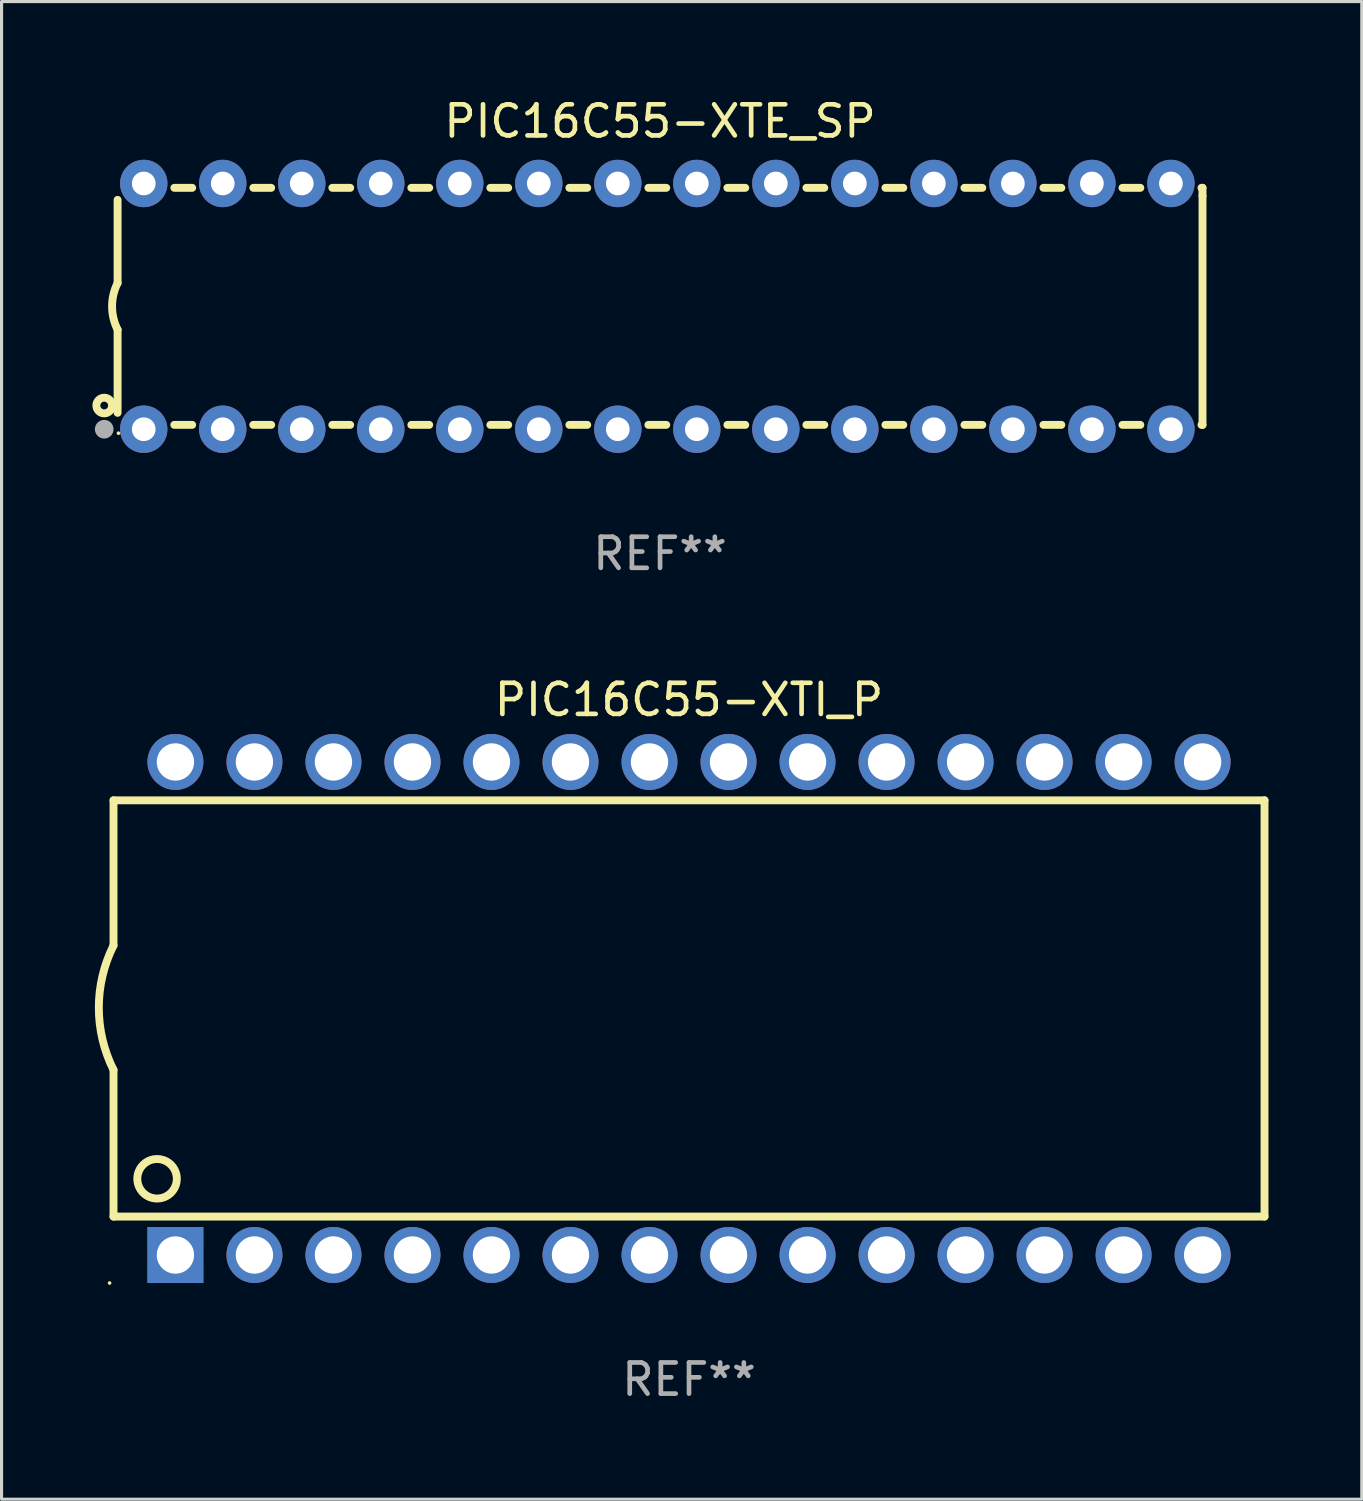
<source format=kicad_pcb>
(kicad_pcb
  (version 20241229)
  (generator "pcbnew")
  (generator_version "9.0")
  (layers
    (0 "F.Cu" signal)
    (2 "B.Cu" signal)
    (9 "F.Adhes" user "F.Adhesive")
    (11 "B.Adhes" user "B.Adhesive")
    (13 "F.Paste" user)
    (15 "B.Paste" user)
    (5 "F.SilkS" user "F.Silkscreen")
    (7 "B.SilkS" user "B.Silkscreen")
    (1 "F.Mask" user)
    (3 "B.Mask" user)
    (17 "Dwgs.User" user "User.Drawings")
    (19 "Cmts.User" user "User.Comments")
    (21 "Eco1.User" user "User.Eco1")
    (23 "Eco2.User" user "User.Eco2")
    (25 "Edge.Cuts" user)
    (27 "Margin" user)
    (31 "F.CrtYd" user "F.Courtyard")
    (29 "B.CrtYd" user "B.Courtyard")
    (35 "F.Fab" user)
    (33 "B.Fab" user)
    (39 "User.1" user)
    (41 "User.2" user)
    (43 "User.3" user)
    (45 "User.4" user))
  (footprint "PIC16C55-XTI_P"
    (layer "F.Cu")
    (at 19.099 29.369)
    (property "Reference" "PIC16C55-XTI_P" (at 0 -9.925 0) (layer "F.SilkS") (effects (font (size 1 1) (thickness 0.15))))
    (attr through_hole)
    (fp_line (start -18.5 -6.692) (end -18.5 -2.026) (stroke (width 0.254) (type solid)) (layer "F.SilkS"))
    (fp_line (start -18.5 6.689) (end -18.5 1.974) (stroke (width 0.254) (type solid)) (layer "F.SilkS"))
    (fp_line (start -18.5 6.689) (end 18.5 6.689) (stroke (width 0.254) (type solid)) (layer "F.SilkS"))
    (fp_line (start 18.5 -6.692) (end -18.5 -6.692) (stroke (width 0.254) (type solid)) (layer "F.SilkS"))
    (fp_line (start 18.5 6.689) (end 18.5 -6.692) (stroke (width 0.254) (type solid)) (layer "F.SilkS"))
    (fp_arc (start -18.500051 1.974346) (mid -18.972187 -0.025654) (end -18.500051 -2.025654) (stroke (width 0.254001) (type solid)) (layer "F.SilkS"))
    (fp_circle (center -18.627 8.824) (end -18.597 8.824) (stroke (width 0.06) (type solid)) (fill no) (layer "F.SilkS"))
    (fp_circle (center -17.1 5.474) (end -16.465 5.474) (stroke (width 0.254) (type solid)) (fill no) (layer "F.SilkS"))
    (fp_text user "REF**" (at 0 11.925 0) (layer "F.Fab") (effects (font (size 1 1) (thickness 0.15))))
    (pad "1" thru_hole rect (at -16.51 7.925) (size 1.8 1.8) (drill 1.2) (layers "*.Cu" "*.Mask"))
    (pad "2" thru_hole circle (at -13.97 7.924) (size 1.8 1.8) (drill 1.2) (layers "*.Cu" "*.Mask"))
    (pad "3" thru_hole circle (at -11.43 7.924) (size 1.8 1.8) (drill 1.2) (layers "*.Cu" "*.Mask"))
    (pad "4" thru_hole circle (at -8.89 7.924) (size 1.8 1.8) (drill 1.2) (layers "*.Cu" "*.Mask"))
    (pad "5" thru_hole circle (at -6.35 7.924) (size 1.8 1.8) (drill 1.2) (layers "*.Cu" "*.Mask"))
    (pad "6" thru_hole circle (at -3.81 7.924) (size 1.8 1.8) (drill 1.2) (layers "*.Cu" "*.Mask"))
    (pad "7" thru_hole circle (at -1.27 7.924) (size 1.8 1.8) (drill 1.2) (layers "*.Cu" "*.Mask"))
    (pad "8" thru_hole circle (at 1.27 7.924) (size 1.8 1.8) (drill 1.2) (layers "*.Cu" "*.Mask"))
    (pad "9" thru_hole circle (at 3.81 7.924) (size 1.8 1.8) (drill 1.2) (layers "*.Cu" "*.Mask"))
    (pad "10" thru_hole circle (at 6.35 7.924) (size 1.8 1.8) (drill 1.2) (layers "*.Cu" "*.Mask"))
    (pad "11" thru_hole circle (at 8.89 7.924) (size 1.8 1.8) (drill 1.2) (layers "*.Cu" "*.Mask"))
    (pad "12" thru_hole circle (at 11.43 7.924) (size 1.8 1.8) (drill 1.2) (layers "*.Cu" "*.Mask"))
    (pad "13" thru_hole circle (at 13.97 7.924) (size 1.8 1.8) (drill 1.2) (layers "*.Cu" "*.Mask"))
    (pad "14" thru_hole circle (at 16.51 7.924) (size 1.8 1.8) (drill 1.2) (layers "*.Cu" "*.Mask"))
    (pad "15" thru_hole circle (at 16.51 -7.925) (size 1.8 1.8) (drill 1.2) (layers "*.Cu" "*.Mask"))
    (pad "16" thru_hole circle (at 13.97 -7.925) (size 1.8 1.8) (drill 1.2) (layers "*.Cu" "*.Mask"))
    (pad "17" thru_hole circle (at 11.43 -7.925) (size 1.8 1.8) (drill 1.2) (layers "*.Cu" "*.Mask"))
    (pad "18" thru_hole circle (at 8.89 -7.925) (size 1.8 1.8) (drill 1.2) (layers "*.Cu" "*.Mask"))
    (pad "19" thru_hole circle (at 6.35 -7.925) (size 1.8 1.8) (drill 1.2) (layers "*.Cu" "*.Mask"))
    (pad "20" thru_hole circle (at 3.81 -7.925) (size 1.8 1.8) (drill 1.2) (layers "*.Cu" "*.Mask"))
    (pad "21" thru_hole circle (at 1.27 -7.925) (size 1.8 1.8) (drill 1.2) (layers "*.Cu" "*.Mask"))
    (pad "22" thru_hole circle (at -1.27 -7.925) (size 1.8 1.8) (drill 1.2) (layers "*.Cu" "*.Mask"))
    (pad "23" thru_hole circle (at -3.81 -7.925) (size 1.8 1.8) (drill 1.2) (layers "*.Cu" "*.Mask"))
    (pad "24" thru_hole circle (at -6.35 -7.925) (size 1.8 1.8) (drill 1.2) (layers "*.Cu" "*.Mask"))
    (pad "25" thru_hole circle (at -8.89 -7.925) (size 1.8 1.8) (drill 1.2) (layers "*.Cu" "*.Mask"))
    (pad "26" thru_hole circle (at -11.43 -7.925) (size 1.8 1.8) (drill 1.2) (layers "*.Cu" "*.Mask"))
    (pad "27" thru_hole circle (at -13.97 -7.925) (size 1.8 1.8) (drill 1.2) (layers "*.Cu" "*.Mask"))
    (pad "28" thru_hole circle (at -16.51 -7.925) (size 1.8 1.8) (drill 1.2) (layers "*.Cu" "*.Mask")))
  (footprint "PIC16C55-XTE_SP"
    (layer "F.Cu")
    (at 18.168 6.798)
    (property "Reference" "PIC16C55-XTE_SP" (at 0 -5.95 0) (layer "F.SilkS") (effects (font (size 1 1) (thickness 0.15))))
    (attr through_hole)
    (fp_line (start -17.438 0.75) (end -17.438 3.423) (stroke (width 0.254) (type solid)) (layer "F.SilkS"))
    (fp_line (start -17.438 -3.423) (end -17.438 -0.75) (stroke (width 0.254) (type solid)) (layer "F.SilkS"))
    (fp_line (start -15.615 3.81) (end -15.041 3.81) (stroke (width 0.254) (type solid)) (layer "F.SilkS"))
    (fp_line (start -15.041 -3.81) (end -15.614 -3.81) (stroke (width 0.254) (type solid)) (layer "F.SilkS"))
    (fp_line (start -13.075 3.81) (end -12.501 3.81) (stroke (width 0.254) (type solid)) (layer "F.SilkS"))
    (fp_line (start -12.501 -3.81) (end -13.074 -3.81) (stroke (width 0.254) (type solid)) (layer "F.SilkS"))
    (fp_line (start -10.535 3.81) (end -9.961 3.81) (stroke (width 0.254) (type solid)) (layer "F.SilkS"))
    (fp_line (start -9.961 -3.81) (end -10.534 -3.81) (stroke (width 0.254) (type solid)) (layer "F.SilkS"))
    (fp_line (start -7.995 3.81) (end -7.421 3.81) (stroke (width 0.254) (type solid)) (layer "F.SilkS"))
    (fp_line (start -7.421 -3.81) (end -7.995 -3.81) (stroke (width 0.254) (type solid)) (layer "F.SilkS"))
    (fp_line (start -5.455 3.81) (end -4.881 3.81) (stroke (width 0.254) (type solid)) (layer "F.SilkS"))
    (fp_line (start -4.881 -3.81) (end -5.455 -3.81) (stroke (width 0.254) (type solid)) (layer "F.SilkS"))
    (fp_line (start -2.915 3.81) (end -2.341 3.81) (stroke (width 0.254) (type solid)) (layer "F.SilkS"))
    (fp_line (start -2.341 -3.81) (end -2.915 -3.81) (stroke (width 0.254) (type solid)) (layer "F.SilkS"))
    (fp_line (start -0.375 3.81) (end 0.199 3.81) (stroke (width 0.254) (type solid)) (layer "F.SilkS"))
    (fp_line (start 0.199 -3.81) (end -0.375 -3.81) (stroke (width 0.254) (type solid)) (layer "F.SilkS"))
    (fp_line (start 2.165 3.81) (end 2.739 3.81) (stroke (width 0.254) (type solid)) (layer "F.SilkS"))
    (fp_line (start 2.739 -3.81) (end 2.165 -3.81) (stroke (width 0.254) (type solid)) (layer "F.SilkS"))
    (fp_line (start 4.705 3.81) (end 5.279 3.81) (stroke (width 0.254) (type solid)) (layer "F.SilkS"))
    (fp_line (start 5.279 -3.81) (end 4.705 -3.81) (stroke (width 0.254) (type solid)) (layer "F.SilkS"))
    (fp_line (start 7.245 3.81) (end 7.819 3.81) (stroke (width 0.254) (type solid)) (layer "F.SilkS"))
    (fp_line (start 7.819 -3.81) (end 7.245 -3.81) (stroke (width 0.254) (type solid)) (layer "F.SilkS"))
    (fp_line (start 9.785 3.81) (end 10.359 3.81) (stroke (width 0.254) (type solid)) (layer "F.SilkS"))
    (fp_line (start 10.359 -3.81) (end 9.785 -3.81) (stroke (width 0.254) (type solid)) (layer "F.SilkS"))
    (fp_line (start 12.325 3.81) (end 12.899 3.81) (stroke (width 0.254) (type solid)) (layer "F.SilkS"))
    (fp_line (start 12.899 -3.81) (end 12.325 -3.81) (stroke (width 0.254) (type solid)) (layer "F.SilkS"))
    (fp_line (start 14.865 3.81) (end 15.439 3.81) (stroke (width 0.254) (type solid)) (layer "F.SilkS"))
    (fp_line (start 15.439 -3.81) (end 14.865 -3.81) (stroke (width 0.254) (type solid)) (layer "F.SilkS"))
    (fp_line (start 17.405 3.81) (end 17.438 3.81) (stroke (width 0.254) (type solid)) (layer "F.SilkS"))
    (fp_line (start 17.438 -3.81) (end 17.405 -3.81) (stroke (width 0.254) (type solid)) (layer "F.SilkS"))
    (fp_line (start 17.438 -3.556) (end 17.438 -3.81) (stroke (width 0.254) (type solid)) (layer "F.SilkS"))
    (fp_line (start 17.438 3.81) (end 17.438 -3.556) (stroke (width 0.254) (type solid)) (layer "F.SilkS"))
    (fp_arc (start -17.437986 0.749657) (mid -17.614887 -0.000024) (end -17.437783 -0.749657) (stroke (width 0.254001) (type solid)) (layer "F.SilkS"))
    (fp_circle (center -17.868 3.188) (end -17.743 3.188) (stroke (width 0.254) (type solid)) (fill no) (layer "F.SilkS"))
    (fp_circle (center -17.411 4.077) (end -17.381 4.077) (stroke (width 0.06) (type solid)) (fill no) (layer "F.SilkS"))
    (fp_circle (center -17.868 3.95) (end -17.718 3.95) (stroke (width 0.3) (type solid)) (fill no) (layer "F.Fab"))
    (fp_text user "REF**" (at 0 7.95 0) (layer "F.Fab") (effects (font (size 1 1) (thickness 0.15))))
    (pad "1" thru_hole circle (at -16.598 3.95) (size 1.524 1.524) (drill 0.762) (layers "*.Cu" "*.Mask"))
    (pad "2" thru_hole circle (at -14.058 3.95) (size 1.524 1.524) (drill 0.762) (layers "*.Cu" "*.Mask"))
    (pad "3" thru_hole circle (at -11.518 3.95) (size 1.524 1.524) (drill 0.762) (layers "*.Cu" "*.Mask"))
    (pad "4" thru_hole circle (at -8.978 3.95) (size 1.524 1.524) (drill 0.762) (layers "*.Cu" "*.Mask"))
    (pad "5" thru_hole circle (at -6.438 3.95) (size 1.524 1.524) (drill 0.762) (layers "*.Cu" "*.Mask"))
    (pad "6" thru_hole circle (at -3.898 3.95) (size 1.524 1.524) (drill 0.762) (layers "*.Cu" "*.Mask"))
    (pad "7" thru_hole circle (at -1.358 3.95) (size 1.524 1.524) (drill 0.762) (layers "*.Cu" "*.Mask"))
    (pad "8" thru_hole circle (at 1.182 3.95) (size 1.524 1.524) (drill 0.762) (layers "*.Cu" "*.Mask"))
    (pad "9" thru_hole circle (at 3.722 3.95) (size 1.524 1.524) (drill 0.762) (layers "*.Cu" "*.Mask"))
    (pad "10" thru_hole circle (at 6.262 3.95) (size 1.524 1.524) (drill 0.762) (layers "*.Cu" "*.Mask"))
    (pad "11" thru_hole circle (at 8.802 3.95) (size 1.524 1.524) (drill 0.762) (layers "*.Cu" "*.Mask"))
    (pad "12" thru_hole circle (at 11.342 3.95) (size 1.524 1.524) (drill 0.762) (layers "*.Cu" "*.Mask"))
    (pad "13" thru_hole circle (at 13.882 3.95) (size 1.524 1.524) (drill 0.762) (layers "*.Cu" "*.Mask"))
    (pad "14" thru_hole circle (at 16.422 3.95) (size 1.524 1.524) (drill 0.762) (layers "*.Cu" "*.Mask"))
    (pad "15" thru_hole circle (at 16.422 -3.95) (size 1.524 1.524) (drill 0.762) (layers "*.Cu" "*.Mask"))
    (pad "16" thru_hole circle (at 13.882 -3.95) (size 1.524 1.524) (drill 0.762) (layers "*.Cu" "*.Mask"))
    (pad "17" thru_hole circle (at 11.342 -3.95) (size 1.524 1.524) (drill 0.762) (layers "*.Cu" "*.Mask"))
    (pad "18" thru_hole circle (at 8.802 -3.95) (size 1.524 1.524) (drill 0.762) (layers "*.Cu" "*.Mask"))
    (pad "19" thru_hole circle (at 6.262 -3.95) (size 1.524 1.524) (drill 0.762) (layers "*.Cu" "*.Mask"))
    (pad "20" thru_hole circle (at 3.722 -3.95) (size 1.524 1.524) (drill 0.762) (layers "*.Cu" "*.Mask"))
    (pad "21" thru_hole circle (at 1.182 -3.95) (size 1.524 1.524) (drill 0.762) (layers "*.Cu" "*.Mask"))
    (pad "22" thru_hole circle (at -1.358 -3.95) (size 1.524 1.524) (drill 0.762) (layers "*.Cu" "*.Mask"))
    (pad "23" thru_hole circle (at -3.898 -3.95) (size 1.524 1.524) (drill 0.762) (layers "*.Cu" "*.Mask"))
    (pad "24" thru_hole circle (at -6.438 -3.95) (size 1.524 1.524) (drill 0.762) (layers "*.Cu" "*.Mask"))
    (pad "25" thru_hole circle (at -8.978 -3.95) (size 1.524 1.524) (drill 0.762) (layers "*.Cu" "*.Mask"))
    (pad "26" thru_hole circle (at -11.517 -3.95) (size 1.524 1.524) (drill 0.762) (layers "*.Cu" "*.Mask"))
    (pad "27" thru_hole circle (at -14.057 -3.95) (size 1.524 1.524) (drill 0.762) (layers "*.Cu" "*.Mask"))
    (pad "28" thru_hole circle (at -16.597 -3.95) (size 1.524 1.524) (drill 0.762) (layers "*.Cu" "*.Mask")))
  (gr_rect
    (start -3 -3)
    (end 40.726 45.143)
    (stroke (width 0.1) (type default))
    (fill no)
    (layer "Edge.Cuts")))
</source>
